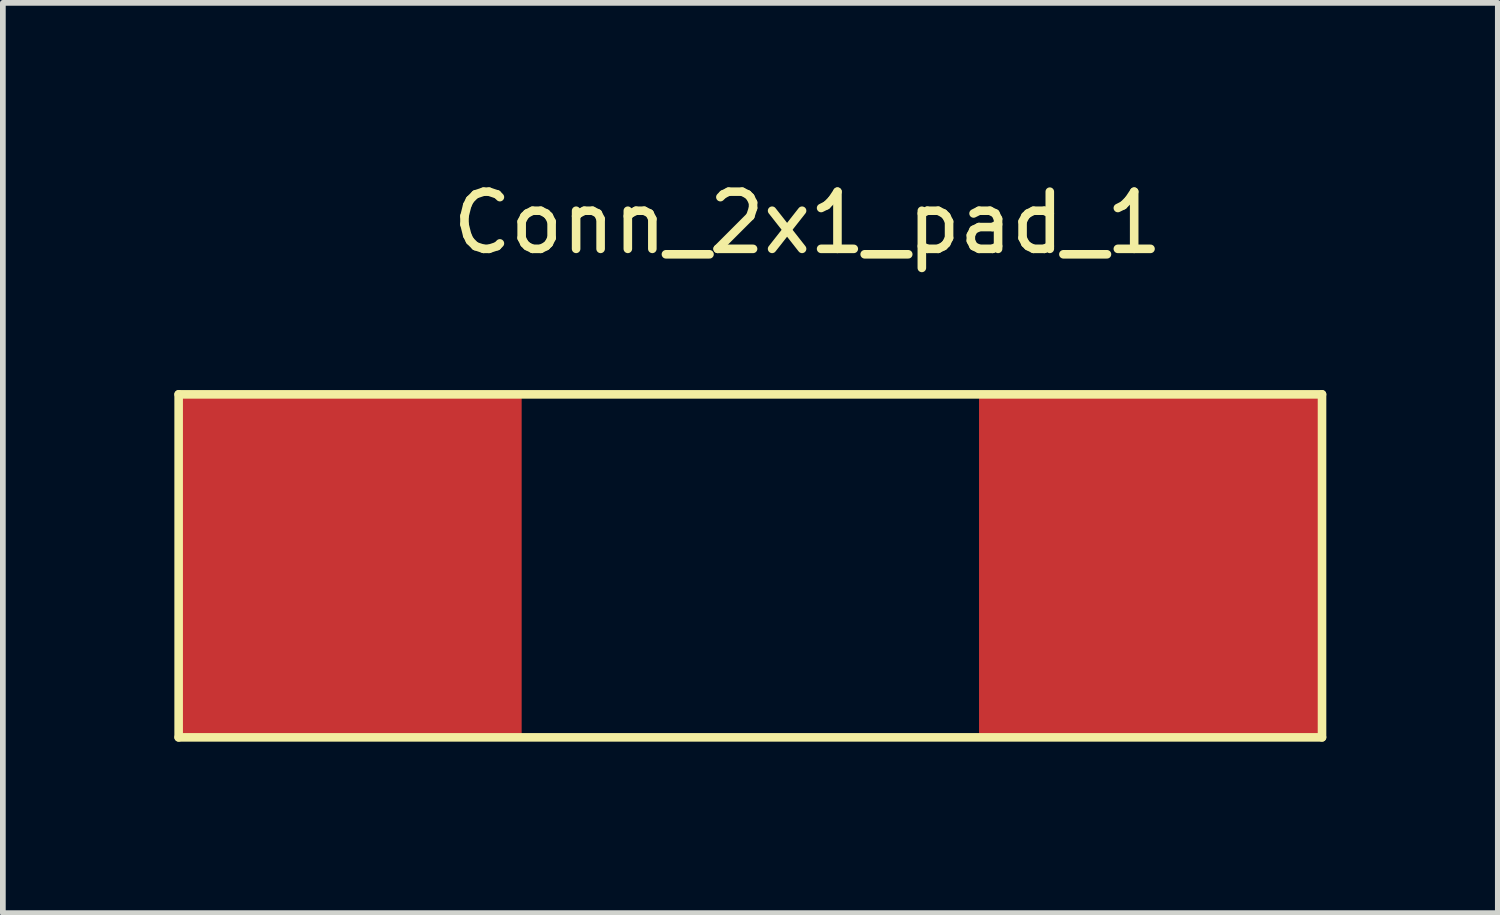
<source format=kicad_pcb>
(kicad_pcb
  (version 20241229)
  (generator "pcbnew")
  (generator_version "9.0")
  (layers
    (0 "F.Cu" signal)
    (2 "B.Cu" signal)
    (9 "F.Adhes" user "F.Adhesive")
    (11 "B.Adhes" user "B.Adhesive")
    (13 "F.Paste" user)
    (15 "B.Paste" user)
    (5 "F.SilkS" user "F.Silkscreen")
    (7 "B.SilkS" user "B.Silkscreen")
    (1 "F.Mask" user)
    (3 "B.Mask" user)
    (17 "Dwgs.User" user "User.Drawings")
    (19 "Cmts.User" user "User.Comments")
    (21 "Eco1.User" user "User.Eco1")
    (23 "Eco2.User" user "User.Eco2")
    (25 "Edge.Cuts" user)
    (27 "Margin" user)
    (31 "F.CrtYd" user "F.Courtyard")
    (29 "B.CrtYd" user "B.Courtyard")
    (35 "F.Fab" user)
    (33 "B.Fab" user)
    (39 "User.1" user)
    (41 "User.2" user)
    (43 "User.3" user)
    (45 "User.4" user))
  (footprint "Conn_2x1_pad_1"
    (layer "F.Cu")
    (at 10.075 6.848)
    (property "Reference" "Conn_2x1_pad_1" (at 1 -6 0) (layer "F.SilkS") (effects (font (size 1 1) (thickness 0.15))))
    (attr through_hole)
    (fp_line (start -10 -3) (end 10 -3) (stroke (width 0.15) (type solid)) (layer "F.SilkS"))
    (fp_line (start -10 3) (end -10 -3) (stroke (width 0.15) (type solid)) (layer "F.SilkS"))
    (fp_line (start -10 3) (end 10 3) (stroke (width 0.15) (type solid)) (layer "F.SilkS"))
    (fp_line (start 10 3) (end 10 -3) (stroke (width 0.15) (type solid)) (layer "F.SilkS"))
    (pad "1" smd rect (at -7 0) (size 6 6) (layers "F.Cu" "F.Mask" "F.Paste"))
    (pad "2" smd rect (at 7 0) (size 6 6) (layers "F.Cu" "F.Mask" "F.Paste")))
  (gr_rect
    (start -3 -3)
    (end 23.15 12.923)
    (stroke (width 0.1) (type default))
    (fill no)
    (layer "Edge.Cuts")))
</source>
